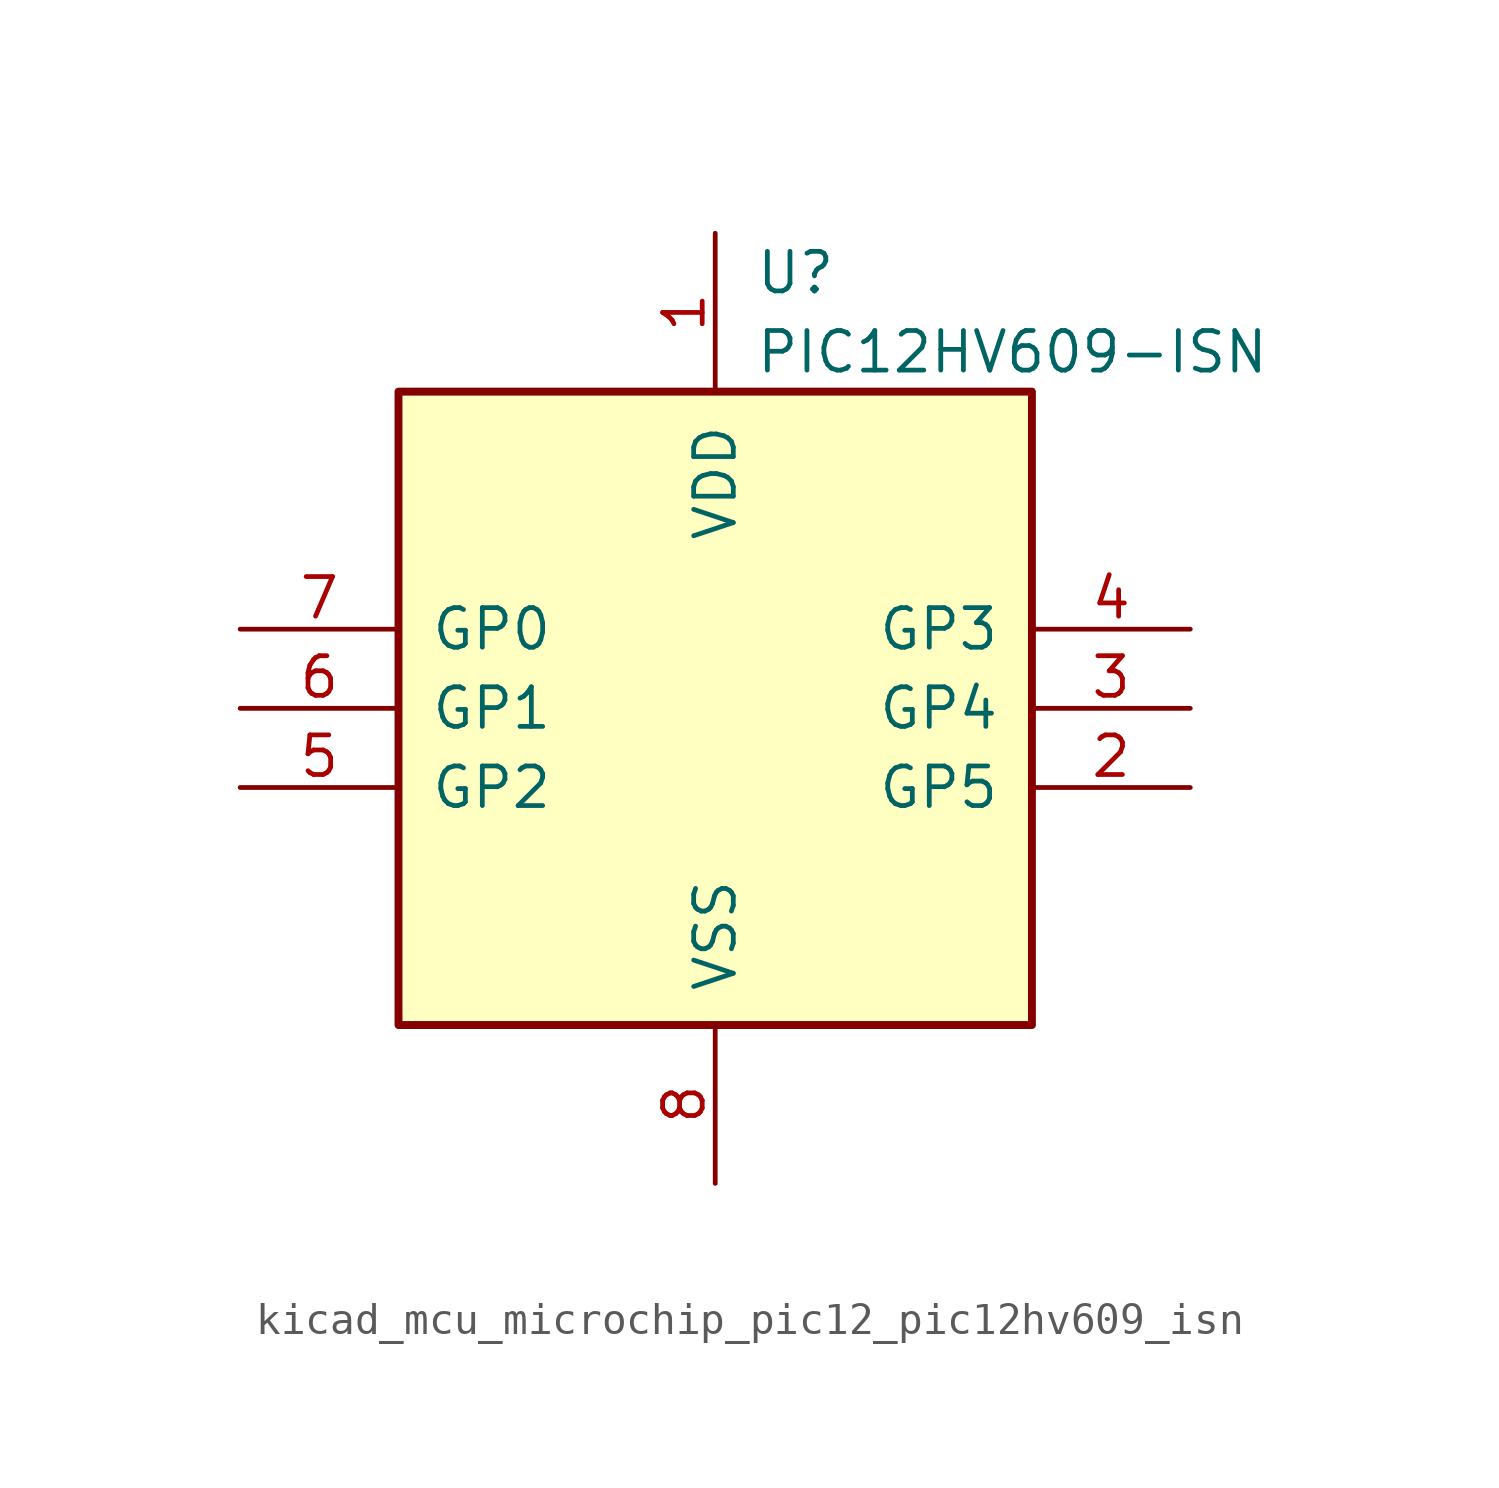
<source format=kicad_sym>
(kicad_symbol_lib
  (version 20220914)
  (generator kicad_symbol_editor)
  (symbol "kicad_mcu_microchip_pic12_pic12hv609_isn"
    (pin_names
      (offset 1.016))
    (property "Reference" "U"
      (at 1.27 13.97 0)
      (effects (font (size 1.27 1.27)) (justify left)))
    (property "Value" "PIC12HV609-ISN"
      (at 1.27 11.43 0)
      (effects (font (size 1.27 1.27)) (justify left)))
    (symbol "kicad_mcu_microchip_pic12_pic12hv609_isn_0_1"
      (rectangle (start 10.16 -10.16) (end -10.16 10.16) (stroke (width 0.254) (type default)) (fill (type background))))
    (symbol "kicad_mcu_microchip_pic12_pic12hv609_isn_1_1"
      (pin power_in line (at 0 15.24 270) (length 5.08) (name "VDD" (effects (font (size 1.27 1.27)))) (number "1" (effects (font (size 1.27 1.27)))))
      (pin bidirectional line (at 15.24 -2.54 180) (length 5.08) (name "GP5" (effects (font (size 1.27 1.27)))) (number "2" (effects (font (size 1.27 1.27)))))
      (pin bidirectional line (at 15.24 0 180) (length 5.08) (name "GP4" (effects (font (size 1.27 1.27)))) (number "3" (effects (font (size 1.27 1.27)))))
      (pin input line (at 15.24 2.54 180) (length 5.08) (name "GP3" (effects (font (size 1.27 1.27)))) (number "4" (effects (font (size 1.27 1.27)))))
      (pin bidirectional line (at -15.24 -2.54 0) (length 5.08) (name "GP2" (effects (font (size 1.27 1.27)))) (number "5" (effects (font (size 1.27 1.27)))))
      (pin bidirectional line (at -15.24 0 0) (length 5.08) (name "GP1" (effects (font (size 1.27 1.27)))) (number "6" (effects (font (size 1.27 1.27)))))
      (pin bidirectional line (at -15.24 2.54 0) (length 5.08) (name "GP0" (effects (font (size 1.27 1.27)))) (number "7" (effects (font (size 1.27 1.27)))))
      (pin power_in line (at 0 -15.24 90) (length 5.08) (name "VSS" (effects (font (size 1.27 1.27)))) (number "8" (effects (font (size 1.27 1.27))))))))
</source>
